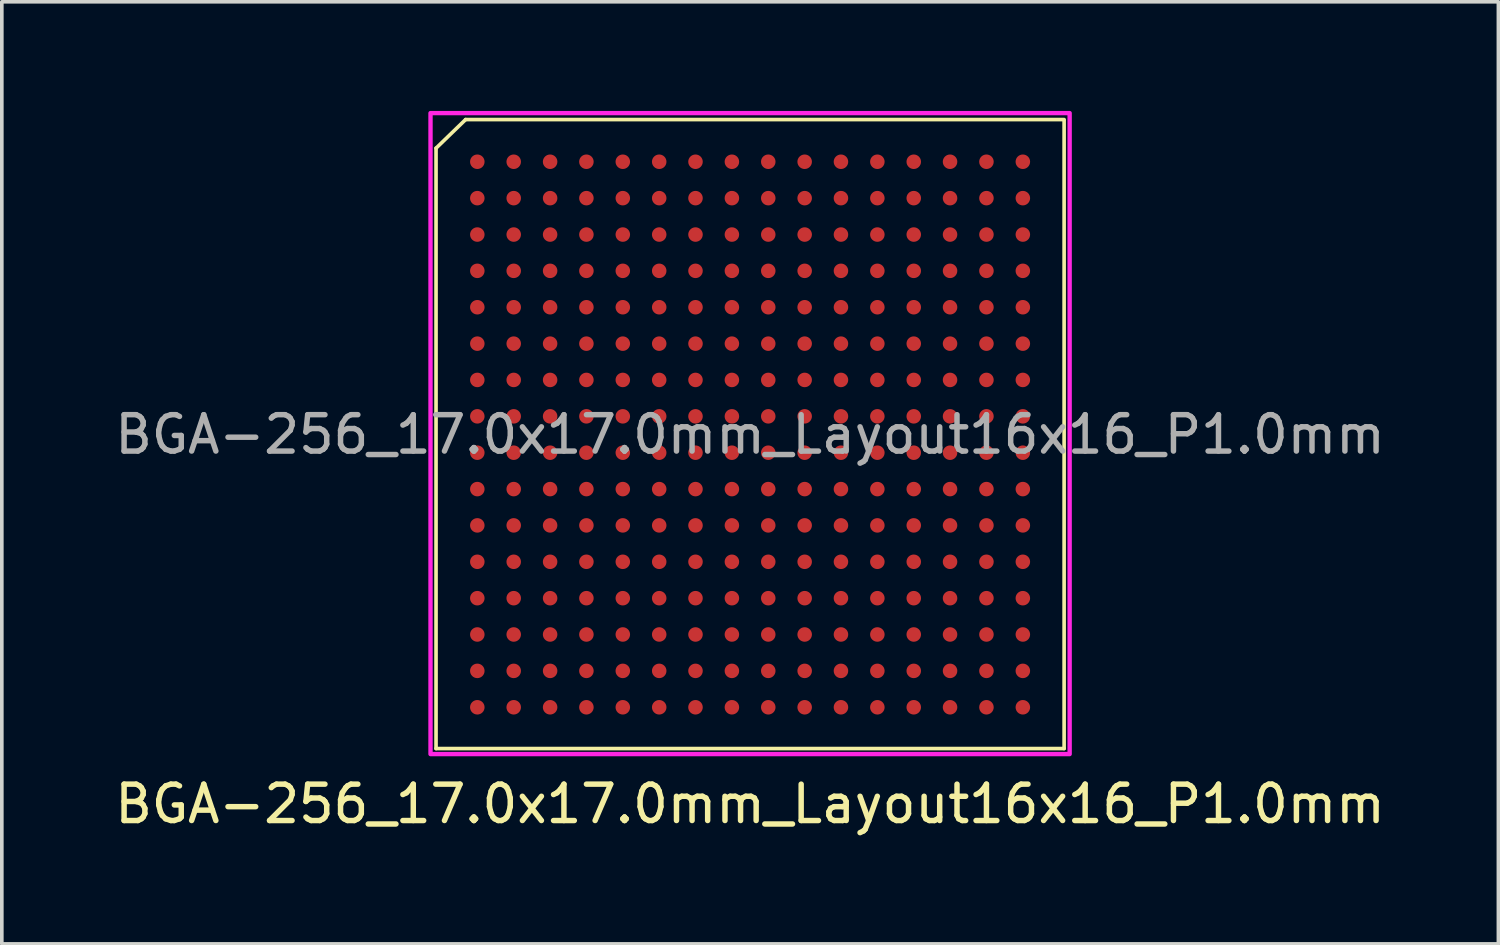
<source format=kicad_pcb>
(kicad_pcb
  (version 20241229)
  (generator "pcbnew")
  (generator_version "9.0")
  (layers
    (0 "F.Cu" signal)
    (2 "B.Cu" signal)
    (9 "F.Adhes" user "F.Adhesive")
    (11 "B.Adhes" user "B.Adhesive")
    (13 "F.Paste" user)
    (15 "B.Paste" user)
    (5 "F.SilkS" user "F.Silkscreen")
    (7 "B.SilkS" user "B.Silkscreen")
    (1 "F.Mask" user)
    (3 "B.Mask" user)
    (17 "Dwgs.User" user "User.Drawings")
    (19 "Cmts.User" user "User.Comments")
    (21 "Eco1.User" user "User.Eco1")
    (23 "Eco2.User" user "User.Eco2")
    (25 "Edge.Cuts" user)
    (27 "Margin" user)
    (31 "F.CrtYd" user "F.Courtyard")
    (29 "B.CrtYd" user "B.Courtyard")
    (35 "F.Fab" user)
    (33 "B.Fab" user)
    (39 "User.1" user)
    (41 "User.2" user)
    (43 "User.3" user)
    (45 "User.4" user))
  (footprint "BGA-256_17.0x17.0mm_Layout16x16_P1.0mm"
    (layer "F.Cu")
    (at 17.577 8.899)
    (property "Reference" "BGA-256_17.0x17.0mm_Layout16x16_P1.0mm" (at 0 10.16 0) (layer "F.SilkS") (effects (font (size 1 1) (thickness 0.15))))
    (attr smd)
    (fp_line (start -8.636 -7.874) (end -8.636 8.636) (stroke (width 0.1) (type solid)) (layer "F.SilkS"))
    (fp_line (start -7.823 -8.661) (end -8.636 -7.874) (stroke (width 0.1) (type solid)) (layer "F.SilkS"))
    (fp_line (start 8.636 -8.661) (end -7.823 -8.661) (stroke (width 0.1) (type solid)) (layer "F.SilkS"))
    (fp_line (start 8.636 -8.636) (end 8.636 8.636) (stroke (width 0.1) (type solid)) (layer "F.SilkS"))
    (fp_line (start 8.636 8.636) (end -8.636 8.636) (stroke (width 0.1) (type solid)) (layer "F.SilkS"))
    (fp_rect (start -8.788 -8.839) (end 8.788 8.788) (stroke (width 0.12) (type solid)) (fill no) (layer "F.CrtYd"))
    (fp_text user "${REFERENCE}" (at 0 0 0) (layer "F.Fab") (effects (font (size 1 1) (thickness 0.15))))
    (pad "A1" smd circle (at -7.501 -7.501) (size 0.399 0.399) (layers "F.Cu" "F.Mask" "F.Paste"))
    (pad "A2" smd circle (at -6.5 -7.501) (size 0.399 0.399) (layers "F.Cu" "F.Mask" "F.Paste"))
    (pad "A3" smd circle (at -5.499 -7.501) (size 0.399 0.399) (layers "F.Cu" "F.Mask" "F.Paste"))
    (pad "A4" smd circle (at -4.501 -7.501) (size 0.399 0.399) (layers "F.Cu" "F.Mask" "F.Paste"))
    (pad "A5" smd circle (at -3.5 -7.501) (size 0.399 0.399) (layers "F.Cu" "F.Mask" "F.Paste"))
    (pad "A6" smd circle (at -2.499 -7.501) (size 0.399 0.399) (layers "F.Cu" "F.Mask" "F.Paste"))
    (pad "A7" smd circle (at -1.501 -7.501) (size 0.399 0.399) (layers "F.Cu" "F.Mask" "F.Paste"))
    (pad "A8" smd circle (at -0.5 -7.501) (size 0.399 0.399) (layers "F.Cu" "F.Mask" "F.Paste"))
    (pad "A9" smd circle (at 0.5 -7.501) (size 0.399 0.399) (layers "F.Cu" "F.Mask" "F.Paste"))
    (pad "A10" smd circle (at 1.501 -7.501) (size 0.399 0.399) (layers "F.Cu" "F.Mask" "F.Paste"))
    (pad "A11" smd circle (at 2.499 -7.501) (size 0.399 0.399) (layers "F.Cu" "F.Mask" "F.Paste"))
    (pad "A12" smd circle (at 3.5 -7.501) (size 0.399 0.399) (layers "F.Cu" "F.Mask" "F.Paste"))
    (pad "A13" smd circle (at 4.501 -7.501) (size 0.399 0.399) (layers "F.Cu" "F.Mask" "F.Paste"))
    (pad "A14" smd circle (at 5.499 -7.501) (size 0.399 0.399) (layers "F.Cu" "F.Mask" "F.Paste"))
    (pad "A15" smd circle (at 6.5 -7.501) (size 0.399 0.399) (layers "F.Cu" "F.Mask" "F.Paste"))
    (pad "A16" smd circle (at 7.501 -7.501) (size 0.399 0.399) (layers "F.Cu" "F.Mask" "F.Paste"))
    (pad "B1" smd circle (at -7.501 -6.5) (size 0.399 0.399) (layers "F.Cu" "F.Mask" "F.Paste"))
    (pad "B2" smd circle (at -6.5 -6.5) (size 0.399 0.399) (layers "F.Cu" "F.Mask" "F.Paste"))
    (pad "B3" smd circle (at -5.499 -6.5) (size 0.399 0.399) (layers "F.Cu" "F.Mask" "F.Paste"))
    (pad "B4" smd circle (at -4.501 -6.5) (size 0.399 0.399) (layers "F.Cu" "F.Mask" "F.Paste"))
    (pad "B5" smd circle (at -3.5 -6.5) (size 0.399 0.399) (layers "F.Cu" "F.Mask" "F.Paste"))
    (pad "B6" smd circle (at -2.499 -6.5) (size 0.399 0.399) (layers "F.Cu" "F.Mask" "F.Paste"))
    (pad "B7" smd circle (at -1.501 -6.5) (size 0.399 0.399) (layers "F.Cu" "F.Mask" "F.Paste"))
    (pad "B8" smd circle (at -0.5 -6.5) (size 0.399 0.399) (layers "F.Cu" "F.Mask" "F.Paste"))
    (pad "B9" smd circle (at 0.5 -6.5) (size 0.399 0.399) (layers "F.Cu" "F.Mask" "F.Paste"))
    (pad "B10" smd circle (at 1.501 -6.5) (size 0.399 0.399) (layers "F.Cu" "F.Mask" "F.Paste"))
    (pad "B11" smd circle (at 2.499 -6.5) (size 0.399 0.399) (layers "F.Cu" "F.Mask" "F.Paste"))
    (pad "B12" smd circle (at 3.5 -6.5) (size 0.399 0.399) (layers "F.Cu" "F.Mask" "F.Paste"))
    (pad "B13" smd circle (at 4.501 -6.5) (size 0.399 0.399) (layers "F.Cu" "F.Mask" "F.Paste"))
    (pad "B14" smd circle (at 5.499 -6.5) (size 0.399 0.399) (layers "F.Cu" "F.Mask" "F.Paste"))
    (pad "B15" smd circle (at 6.5 -6.5) (size 0.399 0.399) (layers "F.Cu" "F.Mask" "F.Paste"))
    (pad "B16" smd circle (at 7.501 -6.5) (size 0.399 0.399) (layers "F.Cu" "F.Mask" "F.Paste"))
    (pad "C1" smd circle (at -7.501 -5.499) (size 0.399 0.399) (layers "F.Cu" "F.Mask" "F.Paste"))
    (pad "C2" smd circle (at -6.5 -5.499) (size 0.399 0.399) (layers "F.Cu" "F.Mask" "F.Paste"))
    (pad "C3" smd circle (at -5.499 -5.499) (size 0.399 0.399) (layers "F.Cu" "F.Mask" "F.Paste"))
    (pad "C4" smd circle (at -4.501 -5.499) (size 0.399 0.399) (layers "F.Cu" "F.Mask" "F.Paste"))
    (pad "C5" smd circle (at -3.5 -5.499) (size 0.399 0.399) (layers "F.Cu" "F.Mask" "F.Paste"))
    (pad "C6" smd circle (at -2.499 -5.499) (size 0.399 0.399) (layers "F.Cu" "F.Mask" "F.Paste"))
    (pad "C7" smd circle (at -1.501 -5.499) (size 0.399 0.399) (layers "F.Cu" "F.Mask" "F.Paste"))
    (pad "C8" smd circle (at -0.5 -5.499) (size 0.399 0.399) (layers "F.Cu" "F.Mask" "F.Paste"))
    (pad "C9" smd circle (at 0.5 -5.499) (size 0.399 0.399) (layers "F.Cu" "F.Mask" "F.Paste"))
    (pad "C10" smd circle (at 1.501 -5.499) (size 0.399 0.399) (layers "F.Cu" "F.Mask" "F.Paste"))
    (pad "C11" smd circle (at 2.499 -5.499) (size 0.399 0.399) (layers "F.Cu" "F.Mask" "F.Paste"))
    (pad "C12" smd circle (at 3.5 -5.499) (size 0.399 0.399) (layers "F.Cu" "F.Mask" "F.Paste"))
    (pad "C13" smd circle (at 4.501 -5.499) (size 0.399 0.399) (layers "F.Cu" "F.Mask" "F.Paste"))
    (pad "C14" smd circle (at 5.499 -5.499) (size 0.399 0.399) (layers "F.Cu" "F.Mask" "F.Paste"))
    (pad "C15" smd circle (at 6.5 -5.499) (size 0.399 0.399) (layers "F.Cu" "F.Mask" "F.Paste"))
    (pad "C16" smd circle (at 7.501 -5.499) (size 0.399 0.399) (layers "F.Cu" "F.Mask" "F.Paste"))
    (pad "D1" smd circle (at -7.501 -4.501) (size 0.399 0.399) (layers "F.Cu" "F.Mask" "F.Paste"))
    (pad "D2" smd circle (at -6.5 -4.501) (size 0.399 0.399) (layers "F.Cu" "F.Mask" "F.Paste"))
    (pad "D3" smd circle (at -5.499 -4.501) (size 0.399 0.399) (layers "F.Cu" "F.Mask" "F.Paste"))
    (pad "D4" smd circle (at -4.501 -4.501) (size 0.399 0.399) (layers "F.Cu" "F.Mask" "F.Paste"))
    (pad "D5" smd circle (at -3.5 -4.501) (size 0.399 0.399) (layers "F.Cu" "F.Mask" "F.Paste"))
    (pad "D6" smd circle (at -2.499 -4.501) (size 0.399 0.399) (layers "F.Cu" "F.Mask" "F.Paste"))
    (pad "D7" smd circle (at -1.501 -4.501) (size 0.399 0.399) (layers "F.Cu" "F.Mask" "F.Paste"))
    (pad "D8" smd circle (at -0.5 -4.501) (size 0.399 0.399) (layers "F.Cu" "F.Mask" "F.Paste"))
    (pad "D9" smd circle (at 0.5 -4.501) (size 0.399 0.399) (layers "F.Cu" "F.Mask" "F.Paste"))
    (pad "D10" smd circle (at 1.501 -4.501) (size 0.399 0.399) (layers "F.Cu" "F.Mask" "F.Paste"))
    (pad "D11" smd circle (at 2.499 -4.501) (size 0.399 0.399) (layers "F.Cu" "F.Mask" "F.Paste"))
    (pad "D12" smd circle (at 3.5 -4.501) (size 0.399 0.399) (layers "F.Cu" "F.Mask" "F.Paste"))
    (pad "D13" smd circle (at 4.501 -4.501) (size 0.399 0.399) (layers "F.Cu" "F.Mask" "F.Paste"))
    (pad "D14" smd circle (at 5.499 -4.501) (size 0.399 0.399) (layers "F.Cu" "F.Mask" "F.Paste"))
    (pad "D15" smd circle (at 6.5 -4.501) (size 0.399 0.399) (layers "F.Cu" "F.Mask" "F.Paste"))
    (pad "D16" smd circle (at 7.501 -4.501) (size 0.399 0.399) (layers "F.Cu" "F.Mask" "F.Paste"))
    (pad "E1" smd circle (at -7.501 -3.5) (size 0.399 0.399) (layers "F.Cu" "F.Mask" "F.Paste"))
    (pad "E2" smd circle (at -6.5 -3.5) (size 0.399 0.399) (layers "F.Cu" "F.Mask" "F.Paste"))
    (pad "E3" smd circle (at -5.499 -3.5) (size 0.399 0.399) (layers "F.Cu" "F.Mask" "F.Paste"))
    (pad "E4" smd circle (at -4.501 -3.5) (size 0.399 0.399) (layers "F.Cu" "F.Mask" "F.Paste"))
    (pad "E5" smd circle (at -3.5 -3.5) (size 0.399 0.399) (layers "F.Cu" "F.Mask" "F.Paste"))
    (pad "E6" smd circle (at -2.499 -3.5) (size 0.399 0.399) (layers "F.Cu" "F.Mask" "F.Paste"))
    (pad "E7" smd circle (at -1.501 -3.5) (size 0.399 0.399) (layers "F.Cu" "F.Mask" "F.Paste"))
    (pad "E8" smd circle (at -0.5 -3.5) (size 0.399 0.399) (layers "F.Cu" "F.Mask" "F.Paste"))
    (pad "E9" smd circle (at 0.5 -3.5) (size 0.399 0.399) (layers "F.Cu" "F.Mask" "F.Paste"))
    (pad "E10" smd circle (at 1.501 -3.5) (size 0.399 0.399) (layers "F.Cu" "F.Mask" "F.Paste"))
    (pad "E11" smd circle (at 2.499 -3.5) (size 0.399 0.399) (layers "F.Cu" "F.Mask" "F.Paste"))
    (pad "E12" smd circle (at 3.5 -3.5) (size 0.399 0.399) (layers "F.Cu" "F.Mask" "F.Paste"))
    (pad "E13" smd circle (at 4.501 -3.5) (size 0.399 0.399) (layers "F.Cu" "F.Mask" "F.Paste"))
    (pad "E14" smd circle (at 5.499 -3.5) (size 0.399 0.399) (layers "F.Cu" "F.Mask" "F.Paste"))
    (pad "E15" smd circle (at 6.5 -3.5) (size 0.399 0.399) (layers "F.Cu" "F.Mask" "F.Paste"))
    (pad "E16" smd circle (at 7.501 -3.5) (size 0.399 0.399) (layers "F.Cu" "F.Mask" "F.Paste"))
    (pad "F1" smd circle (at -7.501 -2.499) (size 0.399 0.399) (layers "F.Cu" "F.Mask" "F.Paste"))
    (pad "F2" smd circle (at -6.5 -2.499) (size 0.399 0.399) (layers "F.Cu" "F.Mask" "F.Paste"))
    (pad "F3" smd circle (at -5.499 -2.499) (size 0.399 0.399) (layers "F.Cu" "F.Mask" "F.Paste"))
    (pad "F4" smd circle (at -4.501 -2.499) (size 0.399 0.399) (layers "F.Cu" "F.Mask" "F.Paste"))
    (pad "F5" smd circle (at -3.5 -2.499) (size 0.399 0.399) (layers "F.Cu" "F.Mask" "F.Paste"))
    (pad "F6" smd circle (at -2.499 -2.499) (size 0.399 0.399) (layers "F.Cu" "F.Mask" "F.Paste"))
    (pad "F7" smd circle (at -1.501 -2.499) (size 0.399 0.399) (layers "F.Cu" "F.Mask" "F.Paste"))
    (pad "F8" smd circle (at -0.5 -2.499) (size 0.399 0.399) (layers "F.Cu" "F.Mask" "F.Paste"))
    (pad "F9" smd circle (at 0.5 -2.499) (size 0.399 0.399) (layers "F.Cu" "F.Mask" "F.Paste"))
    (pad "F10" smd circle (at 1.501 -2.499) (size 0.399 0.399) (layers "F.Cu" "F.Mask" "F.Paste"))
    (pad "F11" smd circle (at 2.499 -2.499) (size 0.399 0.399) (layers "F.Cu" "F.Mask" "F.Paste"))
    (pad "F12" smd circle (at 3.5 -2.499) (size 0.399 0.399) (layers "F.Cu" "F.Mask" "F.Paste"))
    (pad "F13" smd circle (at 4.501 -2.499) (size 0.399 0.399) (layers "F.Cu" "F.Mask" "F.Paste"))
    (pad "F14" smd circle (at 5.499 -2.499) (size 0.399 0.399) (layers "F.Cu" "F.Mask" "F.Paste"))
    (pad "F15" smd circle (at 6.5 -2.499) (size 0.399 0.399) (layers "F.Cu" "F.Mask" "F.Paste"))
    (pad "F16" smd circle (at 7.501 -2.499) (size 0.399 0.399) (layers "F.Cu" "F.Mask" "F.Paste"))
    (pad "G1" smd circle (at -7.501 -1.501) (size 0.399 0.399) (layers "F.Cu" "F.Mask" "F.Paste"))
    (pad "G2" smd circle (at -6.5 -1.501) (size 0.399 0.399) (layers "F.Cu" "F.Mask" "F.Paste"))
    (pad "G3" smd circle (at -5.499 -1.501) (size 0.399 0.399) (layers "F.Cu" "F.Mask" "F.Paste"))
    (pad "G4" smd circle (at -4.501 -1.501) (size 0.399 0.399) (layers "F.Cu" "F.Mask" "F.Paste"))
    (pad "G5" smd circle (at -3.5 -1.501) (size 0.399 0.399) (layers "F.Cu" "F.Mask" "F.Paste"))
    (pad "G6" smd circle (at -2.499 -1.501) (size 0.399 0.399) (layers "F.Cu" "F.Mask" "F.Paste"))
    (pad "G7" smd circle (at -1.501 -1.501) (size 0.399 0.399) (layers "F.Cu" "F.Mask" "F.Paste"))
    (pad "G8" smd circle (at -0.5 -1.501) (size 0.399 0.399) (layers "F.Cu" "F.Mask" "F.Paste"))
    (pad "G9" smd circle (at 0.5 -1.501) (size 0.399 0.399) (layers "F.Cu" "F.Mask" "F.Paste"))
    (pad "G10" smd circle (at 1.501 -1.501) (size 0.399 0.399) (layers "F.Cu" "F.Mask" "F.Paste"))
    (pad "G11" smd circle (at 2.499 -1.501) (size 0.399 0.399) (layers "F.Cu" "F.Mask" "F.Paste"))
    (pad "G12" smd circle (at 3.5 -1.501) (size 0.399 0.399) (layers "F.Cu" "F.Mask" "F.Paste"))
    (pad "G13" smd circle (at 4.501 -1.501) (size 0.399 0.399) (layers "F.Cu" "F.Mask" "F.Paste"))
    (pad "G14" smd circle (at 5.499 -1.501) (size 0.399 0.399) (layers "F.Cu" "F.Mask" "F.Paste"))
    (pad "G15" smd circle (at 6.5 -1.501) (size 0.399 0.399) (layers "F.Cu" "F.Mask" "F.Paste"))
    (pad "G16" smd circle (at 7.501 -1.501) (size 0.399 0.399) (layers "F.Cu" "F.Mask" "F.Paste"))
    (pad "H1" smd circle (at -7.501 -0.5) (size 0.399 0.399) (layers "F.Cu" "F.Mask" "F.Paste"))
    (pad "H2" smd circle (at -6.5 -0.5) (size 0.399 0.399) (layers "F.Cu" "F.Mask" "F.Paste"))
    (pad "H3" smd circle (at -5.499 -0.5) (size 0.399 0.399) (layers "F.Cu" "F.Mask" "F.Paste"))
    (pad "H4" smd circle (at -4.501 -0.5) (size 0.399 0.399) (layers "F.Cu" "F.Mask" "F.Paste"))
    (pad "H5" smd circle (at -3.5 -0.5) (size 0.399 0.399) (layers "F.Cu" "F.Mask" "F.Paste"))
    (pad "H6" smd circle (at -2.499 -0.5) (size 0.399 0.399) (layers "F.Cu" "F.Mask" "F.Paste"))
    (pad "H7" smd circle (at -1.501 -0.5) (size 0.399 0.399) (layers "F.Cu" "F.Mask" "F.Paste"))
    (pad "H8" smd circle (at -0.5 -0.5) (size 0.399 0.399) (layers "F.Cu" "F.Mask" "F.Paste"))
    (pad "H9" smd circle (at 0.5 -0.5) (size 0.399 0.399) (layers "F.Cu" "F.Mask" "F.Paste"))
    (pad "H10" smd circle (at 1.501 -0.5) (size 0.399 0.399) (layers "F.Cu" "F.Mask" "F.Paste"))
    (pad "H11" smd circle (at 2.499 -0.5) (size 0.399 0.399) (layers "F.Cu" "F.Mask" "F.Paste"))
    (pad "H12" smd circle (at 3.5 -0.5) (size 0.399 0.399) (layers "F.Cu" "F.Mask" "F.Paste"))
    (pad "H13" smd circle (at 4.501 -0.5) (size 0.399 0.399) (layers "F.Cu" "F.Mask" "F.Paste"))
    (pad "H14" smd circle (at 5.499 -0.5) (size 0.399 0.399) (layers "F.Cu" "F.Mask" "F.Paste"))
    (pad "H15" smd circle (at 6.5 -0.5) (size 0.399 0.399) (layers "F.Cu" "F.Mask" "F.Paste"))
    (pad "H16" smd circle (at 7.501 -0.5) (size 0.399 0.399) (layers "F.Cu" "F.Mask" "F.Paste"))
    (pad "J1" smd circle (at -7.501 0.5) (size 0.399 0.399) (layers "F.Cu" "F.Mask" "F.Paste"))
    (pad "J2" smd circle (at -6.5 0.5) (size 0.399 0.399) (layers "F.Cu" "F.Mask" "F.Paste"))
    (pad "J3" smd circle (at -5.499 0.5) (size 0.399 0.399) (layers "F.Cu" "F.Mask" "F.Paste"))
    (pad "J4" smd circle (at -4.501 0.5) (size 0.399 0.399) (layers "F.Cu" "F.Mask" "F.Paste"))
    (pad "J5" smd circle (at -3.5 0.5) (size 0.399 0.399) (layers "F.Cu" "F.Mask" "F.Paste"))
    (pad "J6" smd circle (at -2.499 0.5) (size 0.399 0.399) (layers "F.Cu" "F.Mask" "F.Paste"))
    (pad "J7" smd circle (at -1.501 0.5) (size 0.399 0.399) (layers "F.Cu" "F.Mask" "F.Paste"))
    (pad "J8" smd circle (at -0.5 0.5) (size 0.399 0.399) (layers "F.Cu" "F.Mask" "F.Paste"))
    (pad "J9" smd circle (at 0.5 0.5) (size 0.399 0.399) (layers "F.Cu" "F.Mask" "F.Paste"))
    (pad "J10" smd circle (at 1.501 0.5) (size 0.399 0.399) (layers "F.Cu" "F.Mask" "F.Paste"))
    (pad "J11" smd circle (at 2.499 0.5) (size 0.399 0.399) (layers "F.Cu" "F.Mask" "F.Paste"))
    (pad "J12" smd circle (at 3.5 0.5) (size 0.399 0.399) (layers "F.Cu" "F.Mask" "F.Paste"))
    (pad "J13" smd circle (at 4.501 0.5) (size 0.399 0.399) (layers "F.Cu" "F.Mask" "F.Paste"))
    (pad "J14" smd circle (at 5.499 0.5) (size 0.399 0.399) (layers "F.Cu" "F.Mask" "F.Paste"))
    (pad "J15" smd circle (at 6.5 0.5) (size 0.399 0.399) (layers "F.Cu" "F.Mask" "F.Paste"))
    (pad "J16" smd circle (at 7.501 0.5) (size 0.399 0.399) (layers "F.Cu" "F.Mask" "F.Paste"))
    (pad "K1" smd circle (at -7.501 1.501) (size 0.399 0.399) (layers "F.Cu" "F.Mask" "F.Paste"))
    (pad "K2" smd circle (at -6.5 1.501) (size 0.399 0.399) (layers "F.Cu" "F.Mask" "F.Paste"))
    (pad "K3" smd circle (at -5.499 1.501) (size 0.399 0.399) (layers "F.Cu" "F.Mask" "F.Paste"))
    (pad "K4" smd circle (at -4.501 1.501) (size 0.399 0.399) (layers "F.Cu" "F.Mask" "F.Paste"))
    (pad "K5" smd circle (at -3.5 1.501) (size 0.399 0.399) (layers "F.Cu" "F.Mask" "F.Paste"))
    (pad "K6" smd circle (at -2.499 1.501) (size 0.399 0.399) (layers "F.Cu" "F.Mask" "F.Paste"))
    (pad "K7" smd circle (at -1.501 1.501) (size 0.399 0.399) (layers "F.Cu" "F.Mask" "F.Paste"))
    (pad "K8" smd circle (at -0.5 1.501) (size 0.399 0.399) (layers "F.Cu" "F.Mask" "F.Paste"))
    (pad "K9" smd circle (at 0.5 1.501) (size 0.399 0.399) (layers "F.Cu" "F.Mask" "F.Paste"))
    (pad "K10" smd circle (at 1.501 1.501) (size 0.399 0.399) (layers "F.Cu" "F.Mask" "F.Paste"))
    (pad "K11" smd circle (at 2.499 1.501) (size 0.399 0.399) (layers "F.Cu" "F.Mask" "F.Paste"))
    (pad "K12" smd circle (at 3.5 1.501) (size 0.399 0.399) (layers "F.Cu" "F.Mask" "F.Paste"))
    (pad "K13" smd circle (at 4.501 1.501) (size 0.399 0.399) (layers "F.Cu" "F.Mask" "F.Paste"))
    (pad "K14" smd circle (at 5.499 1.501) (size 0.399 0.399) (layers "F.Cu" "F.Mask" "F.Paste"))
    (pad "K15" smd circle (at 6.5 1.501) (size 0.399 0.399) (layers "F.Cu" "F.Mask" "F.Paste"))
    (pad "K16" smd circle (at 7.501 1.501) (size 0.399 0.399) (layers "F.Cu" "F.Mask" "F.Paste"))
    (pad "L1" smd circle (at -7.501 2.499) (size 0.399 0.399) (layers "F.Cu" "F.Mask" "F.Paste"))
    (pad "L2" smd circle (at -6.5 2.499) (size 0.399 0.399) (layers "F.Cu" "F.Mask" "F.Paste"))
    (pad "L3" smd circle (at -5.499 2.499) (size 0.399 0.399) (layers "F.Cu" "F.Mask" "F.Paste"))
    (pad "L4" smd circle (at -4.501 2.499) (size 0.399 0.399) (layers "F.Cu" "F.Mask" "F.Paste"))
    (pad "L5" smd circle (at -3.5 2.499) (size 0.399 0.399) (layers "F.Cu" "F.Mask" "F.Paste"))
    (pad "L6" smd circle (at -2.499 2.499) (size 0.399 0.399) (layers "F.Cu" "F.Mask" "F.Paste"))
    (pad "L7" smd circle (at -1.501 2.499) (size 0.399 0.399) (layers "F.Cu" "F.Mask" "F.Paste"))
    (pad "L8" smd circle (at -0.5 2.499) (size 0.399 0.399) (layers "F.Cu" "F.Mask" "F.Paste"))
    (pad "L9" smd circle (at 0.5 2.499) (size 0.399 0.399) (layers "F.Cu" "F.Mask" "F.Paste"))
    (pad "L10" smd circle (at 1.501 2.499) (size 0.399 0.399) (layers "F.Cu" "F.Mask" "F.Paste"))
    (pad "L11" smd circle (at 2.499 2.499) (size 0.399 0.399) (layers "F.Cu" "F.Mask" "F.Paste"))
    (pad "L12" smd circle (at 3.5 2.499) (size 0.399 0.399) (layers "F.Cu" "F.Mask" "F.Paste"))
    (pad "L13" smd circle (at 4.501 2.499) (size 0.399 0.399) (layers "F.Cu" "F.Mask" "F.Paste"))
    (pad "L14" smd circle (at 5.499 2.499) (size 0.399 0.399) (layers "F.Cu" "F.Mask" "F.Paste"))
    (pad "L15" smd circle (at 6.5 2.499) (size 0.399 0.399) (layers "F.Cu" "F.Mask" "F.Paste"))
    (pad "L16" smd circle (at 7.501 2.499) (size 0.399 0.399) (layers "F.Cu" "F.Mask" "F.Paste"))
    (pad "M1" smd circle (at -7.501 3.5) (size 0.399 0.399) (layers "F.Cu" "F.Mask" "F.Paste"))
    (pad "M2" smd circle (at -6.5 3.5) (size 0.399 0.399) (layers "F.Cu" "F.Mask" "F.Paste"))
    (pad "M3" smd circle (at -5.499 3.5) (size 0.399 0.399) (layers "F.Cu" "F.Mask" "F.Paste"))
    (pad "M4" smd circle (at -4.501 3.5) (size 0.399 0.399) (layers "F.Cu" "F.Mask" "F.Paste"))
    (pad "M5" smd circle (at -3.5 3.5) (size 0.399 0.399) (layers "F.Cu" "F.Mask" "F.Paste"))
    (pad "M6" smd circle (at -2.499 3.5) (size 0.399 0.399) (layers "F.Cu" "F.Mask" "F.Paste"))
    (pad "M7" smd circle (at -1.501 3.5) (size 0.399 0.399) (layers "F.Cu" "F.Mask" "F.Paste"))
    (pad "M8" smd circle (at -0.5 3.5) (size 0.399 0.399) (layers "F.Cu" "F.Mask" "F.Paste"))
    (pad "M9" smd circle (at 0.5 3.5) (size 0.399 0.399) (layers "F.Cu" "F.Mask" "F.Paste"))
    (pad "M10" smd circle (at 1.501 3.5) (size 0.399 0.399) (layers "F.Cu" "F.Mask" "F.Paste"))
    (pad "M11" smd circle (at 2.499 3.5) (size 0.399 0.399) (layers "F.Cu" "F.Mask" "F.Paste"))
    (pad "M12" smd circle (at 3.5 3.5) (size 0.399 0.399) (layers "F.Cu" "F.Mask" "F.Paste"))
    (pad "M13" smd circle (at 4.501 3.5) (size 0.399 0.399) (layers "F.Cu" "F.Mask" "F.Paste"))
    (pad "M14" smd circle (at 5.499 3.5) (size 0.399 0.399) (layers "F.Cu" "F.Mask" "F.Paste"))
    (pad "M15" smd circle (at 6.5 3.5) (size 0.399 0.399) (layers "F.Cu" "F.Mask" "F.Paste"))
    (pad "M16" smd circle (at 7.501 3.5) (size 0.399 0.399) (layers "F.Cu" "F.Mask" "F.Paste"))
    (pad "N1" smd circle (at -7.501 4.501) (size 0.399 0.399) (layers "F.Cu" "F.Mask" "F.Paste"))
    (pad "N2" smd circle (at -6.5 4.501) (size 0.399 0.399) (layers "F.Cu" "F.Mask" "F.Paste"))
    (pad "N3" smd circle (at -5.499 4.501) (size 0.399 0.399) (layers "F.Cu" "F.Mask" "F.Paste"))
    (pad "N4" smd circle (at -4.501 4.501) (size 0.399 0.399) (layers "F.Cu" "F.Mask" "F.Paste"))
    (pad "N5" smd circle (at -3.5 4.501) (size 0.399 0.399) (layers "F.Cu" "F.Mask" "F.Paste"))
    (pad "N6" smd circle (at -2.499 4.501) (size 0.399 0.399) (layers "F.Cu" "F.Mask" "F.Paste"))
    (pad "N7" smd circle (at -1.501 4.501) (size 0.399 0.399) (layers "F.Cu" "F.Mask" "F.Paste"))
    (pad "N8" smd circle (at -0.5 4.501) (size 0.399 0.399) (layers "F.Cu" "F.Mask" "F.Paste"))
    (pad "N9" smd circle (at 0.5 4.501) (size 0.399 0.399) (layers "F.Cu" "F.Mask" "F.Paste"))
    (pad "N10" smd circle (at 1.501 4.501) (size 0.399 0.399) (layers "F.Cu" "F.Mask" "F.Paste"))
    (pad "N11" smd circle (at 2.499 4.501) (size 0.399 0.399) (layers "F.Cu" "F.Mask" "F.Paste"))
    (pad "N12" smd circle (at 3.5 4.501) (size 0.399 0.399) (layers "F.Cu" "F.Mask" "F.Paste"))
    (pad "N13" smd circle (at 4.501 4.501) (size 0.399 0.399) (layers "F.Cu" "F.Mask" "F.Paste"))
    (pad "N14" smd circle (at 5.499 4.501) (size 0.399 0.399) (layers "F.Cu" "F.Mask" "F.Paste"))
    (pad "N15" smd circle (at 6.5 4.501) (size 0.399 0.399) (layers "F.Cu" "F.Mask" "F.Paste"))
    (pad "N16" smd circle (at 7.501 4.501) (size 0.399 0.399) (layers "F.Cu" "F.Mask" "F.Paste"))
    (pad "P1" smd circle (at -7.501 5.499) (size 0.399 0.399) (layers "F.Cu" "F.Mask" "F.Paste"))
    (pad "P2" smd circle (at -6.5 5.499) (size 0.399 0.399) (layers "F.Cu" "F.Mask" "F.Paste"))
    (pad "P3" smd circle (at -5.499 5.499) (size 0.399 0.399) (layers "F.Cu" "F.Mask" "F.Paste"))
    (pad "P4" smd circle (at -4.501 5.499) (size 0.399 0.399) (layers "F.Cu" "F.Mask" "F.Paste"))
    (pad "P5" smd circle (at -3.5 5.499) (size 0.399 0.399) (layers "F.Cu" "F.Mask" "F.Paste"))
    (pad "P6" smd circle (at -2.499 5.499) (size 0.399 0.399) (layers "F.Cu" "F.Mask" "F.Paste"))
    (pad "P7" smd circle (at -1.501 5.499) (size 0.399 0.399) (layers "F.Cu" "F.Mask" "F.Paste"))
    (pad "P8" smd circle (at -0.5 5.499) (size 0.399 0.399) (layers "F.Cu" "F.Mask" "F.Paste"))
    (pad "P9" smd circle (at 0.5 5.499) (size 0.399 0.399) (layers "F.Cu" "F.Mask" "F.Paste"))
    (pad "P10" smd circle (at 1.501 5.499) (size 0.399 0.399) (layers "F.Cu" "F.Mask" "F.Paste"))
    (pad "P11" smd circle (at 2.499 5.499) (size 0.399 0.399) (layers "F.Cu" "F.Mask" "F.Paste"))
    (pad "P12" smd circle (at 3.5 5.499) (size 0.399 0.399) (layers "F.Cu" "F.Mask" "F.Paste"))
    (pad "P13" smd circle (at 4.501 5.499) (size 0.399 0.399) (layers "F.Cu" "F.Mask" "F.Paste"))
    (pad "P14" smd circle (at 5.499 5.499) (size 0.399 0.399) (layers "F.Cu" "F.Mask" "F.Paste"))
    (pad "P15" smd circle (at 6.5 5.499) (size 0.399 0.399) (layers "F.Cu" "F.Mask" "F.Paste"))
    (pad "P16" smd circle (at 7.501 5.499) (size 0.399 0.399) (layers "F.Cu" "F.Mask" "F.Paste"))
    (pad "R1" smd circle (at -7.501 6.5) (size 0.399 0.399) (layers "F.Cu" "F.Mask" "F.Paste"))
    (pad "R2" smd circle (at -6.5 6.5) (size 0.399 0.399) (layers "F.Cu" "F.Mask" "F.Paste"))
    (pad "R3" smd circle (at -5.499 6.5) (size 0.399 0.399) (layers "F.Cu" "F.Mask" "F.Paste"))
    (pad "R4" smd circle (at -4.501 6.5) (size 0.399 0.399) (layers "F.Cu" "F.Mask" "F.Paste"))
    (pad "R5" smd circle (at -3.5 6.5) (size 0.399 0.399) (layers "F.Cu" "F.Mask" "F.Paste"))
    (pad "R6" smd circle (at -2.499 6.5) (size 0.399 0.399) (layers "F.Cu" "F.Mask" "F.Paste"))
    (pad "R7" smd circle (at -1.501 6.5) (size 0.399 0.399) (layers "F.Cu" "F.Mask" "F.Paste"))
    (pad "R8" smd circle (at -0.5 6.5) (size 0.399 0.399) (layers "F.Cu" "F.Mask" "F.Paste"))
    (pad "R9" smd circle (at 0.5 6.5) (size 0.399 0.399) (layers "F.Cu" "F.Mask" "F.Paste"))
    (pad "R10" smd circle (at 1.501 6.5) (size 0.399 0.399) (layers "F.Cu" "F.Mask" "F.Paste"))
    (pad "R11" smd circle (at 2.499 6.5) (size 0.399 0.399) (layers "F.Cu" "F.Mask" "F.Paste"))
    (pad "R12" smd circle (at 3.5 6.5) (size 0.399 0.399) (layers "F.Cu" "F.Mask" "F.Paste"))
    (pad "R13" smd circle (at 4.501 6.5) (size 0.399 0.399) (layers "F.Cu" "F.Mask" "F.Paste"))
    (pad "R14" smd circle (at 5.499 6.5) (size 0.399 0.399) (layers "F.Cu" "F.Mask" "F.Paste"))
    (pad "R15" smd circle (at 6.5 6.5) (size 0.399 0.399) (layers "F.Cu" "F.Mask" "F.Paste"))
    (pad "R16" smd circle (at 7.501 6.5) (size 0.399 0.399) (layers "F.Cu" "F.Mask" "F.Paste"))
    (pad "T1" smd circle (at -7.501 7.501) (size 0.399 0.399) (layers "F.Cu" "F.Mask" "F.Paste"))
    (pad "T2" smd circle (at -6.5 7.501) (size 0.399 0.399) (layers "F.Cu" "F.Mask" "F.Paste"))
    (pad "T3" smd circle (at -5.499 7.501) (size 0.399 0.399) (layers "F.Cu" "F.Mask" "F.Paste"))
    (pad "T4" smd circle (at -4.501 7.501) (size 0.399 0.399) (layers "F.Cu" "F.Mask" "F.Paste"))
    (pad "T5" smd circle (at -3.5 7.501) (size 0.399 0.399) (layers "F.Cu" "F.Mask" "F.Paste"))
    (pad "T6" smd circle (at -2.499 7.501) (size 0.399 0.399) (layers "F.Cu" "F.Mask" "F.Paste"))
    (pad "T7" smd circle (at -1.501 7.501) (size 0.399 0.399) (layers "F.Cu" "F.Mask" "F.Paste"))
    (pad "T8" smd circle (at -0.5 7.501) (size 0.399 0.399) (layers "F.Cu" "F.Mask" "F.Paste"))
    (pad "T9" smd circle (at 0.5 7.501) (size 0.399 0.399) (layers "F.Cu" "F.Mask" "F.Paste"))
    (pad "T10" smd circle (at 1.501 7.501) (size 0.399 0.399) (layers "F.Cu" "F.Mask" "F.Paste"))
    (pad "T11" smd circle (at 2.499 7.501) (size 0.399 0.399) (layers "F.Cu" "F.Mask" "F.Paste"))
    (pad "T12" smd circle (at 3.5 7.501) (size 0.399 0.399) (layers "F.Cu" "F.Mask" "F.Paste"))
    (pad "T13" smd circle (at 4.501 7.501) (size 0.399 0.399) (layers "F.Cu" "F.Mask" "F.Paste"))
    (pad "T14" smd circle (at 5.499 7.501) (size 0.399 0.399) (layers "F.Cu" "F.Mask" "F.Paste"))
    (pad "T15" smd circle (at 6.5 7.501) (size 0.399 0.399) (layers "F.Cu" "F.Mask" "F.Paste"))
    (pad "T16" smd circle (at 7.501 7.501) (size 0.399 0.399) (layers "F.Cu" "F.Mask" "F.Paste")))
  (gr_rect
    (start -3 -3)
    (end 38.155 22.907)
    (stroke (width 0.1) (type default))
    (fill no)
    (layer "Edge.Cuts")))
</source>
